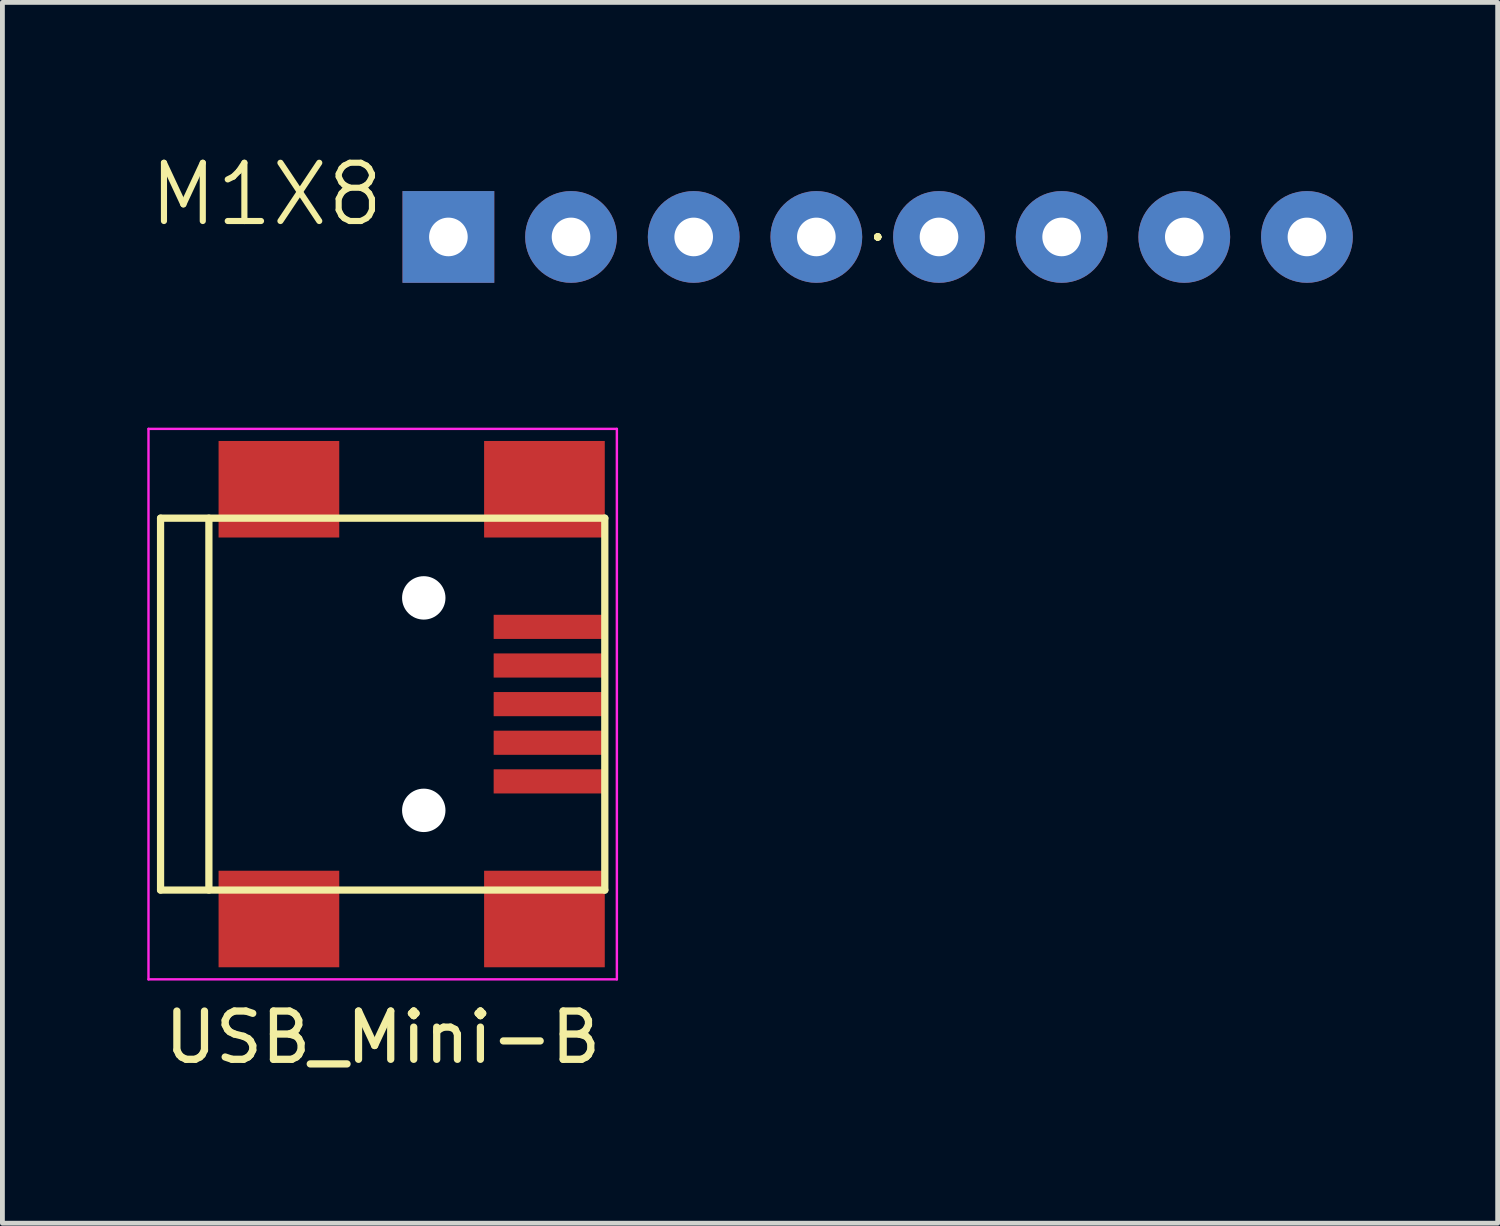
<source format=kicad_pcb>
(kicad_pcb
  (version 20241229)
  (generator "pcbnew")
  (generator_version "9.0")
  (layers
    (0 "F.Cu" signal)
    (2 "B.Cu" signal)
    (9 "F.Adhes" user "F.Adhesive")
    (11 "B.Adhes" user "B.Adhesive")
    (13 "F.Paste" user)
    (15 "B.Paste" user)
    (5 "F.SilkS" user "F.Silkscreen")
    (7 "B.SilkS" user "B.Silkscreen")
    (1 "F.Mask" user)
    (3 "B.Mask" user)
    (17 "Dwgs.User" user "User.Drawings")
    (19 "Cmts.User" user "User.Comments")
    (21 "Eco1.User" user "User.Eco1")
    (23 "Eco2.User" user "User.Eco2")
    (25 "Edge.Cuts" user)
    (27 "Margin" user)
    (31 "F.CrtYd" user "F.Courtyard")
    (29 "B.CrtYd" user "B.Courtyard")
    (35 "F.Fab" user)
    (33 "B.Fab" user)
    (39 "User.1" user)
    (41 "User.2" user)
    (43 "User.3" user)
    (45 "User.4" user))
  (footprint "M1X8"
    (layer "F.Cu")
    (at 15.126 1.857)
    (property "Reference" "M1X8" (at -10.16 -1.587 0) (layer "F.SilkS") (effects (font (size 1.206 1.206) (thickness 0.127)) (justify right top)))
    (attr through_hole)
    (fp_line (start 0 0) (end 0 0) (stroke (width 0.152) (type solid)) (layer "F.SilkS"))
    (fp_line (start 0 0) (end 0 0) (stroke (width 0.152) (type solid)) (layer "F.SilkS"))
    (fp_line (start 0 0) (end 0 0) (stroke (width 0.152) (type solid)) (layer "F.SilkS"))
    (fp_line (start 0 0) (end 0 0) (stroke (width 0.152) (type solid)) (layer "F.SilkS"))
    (fp_line (start 0 0) (end 0 0) (stroke (width 0.152) (type solid)) (layer "F.SilkS"))
    (fp_line (start 0 0) (end 0 0) (stroke (width 0.152) (type solid)) (layer "F.SilkS"))
    (fp_line (start 0 0) (end 0 0) (stroke (width 0.152) (type solid)) (layer "F.SilkS"))
    (pad "1" thru_hole rect (at -8.89 0) (size 1.9 1.9) (drill 0.8) (layers "*.Cu" "*.Mask"))
    (pad "2" thru_hole circle (at -6.35 0) (size 1.9 1.9) (drill 0.8) (layers "*.Cu" "*.Mask"))
    (pad "3" thru_hole circle (at -3.81 0) (size 1.9 1.9) (drill 0.8) (layers "*.Cu" "*.Mask"))
    (pad "4" thru_hole circle (at -1.27 0) (size 1.9 1.9) (drill 0.8) (layers "*.Cu" "*.Mask"))
    (pad "5" thru_hole circle (at 1.27 0) (size 1.9 1.9) (drill 0.8) (layers "*.Cu" "*.Mask"))
    (pad "6" thru_hole circle (at 3.81 0) (size 1.9 1.9) (drill 0.8) (layers "*.Cu" "*.Mask"))
    (pad "7" thru_hole circle (at 6.35 0) (size 1.9 1.9) (drill 0.8) (layers "*.Cu" "*.Mask"))
    (pad "8" thru_hole circle (at 8.89 0) (size 1.9 1.9) (drill 0.8) (layers "*.Cu" "*.Mask")))
  (footprint "USB_Mini-B"
    (layer "F.Cu")
    (at 4.875 11.532)
    (property "Reference" "USB_Mini-B" (at 0 6.901 0) (layer "F.SilkS") (effects (font (size 1 1) (thickness 0.15))))
    (attr smd)
    (fp_line (start -4.6 -3.851) (end -4.6 3.851) (stroke (width 0.15) (type solid)) (layer "F.SilkS"))
    (fp_line (start -4.6 3.851) (end 4.6 3.851) (stroke (width 0.15) (type solid)) (layer "F.SilkS"))
    (fp_line (start -3.599 -3.851) (end -3.599 3.851) (stroke (width 0.15) (type solid)) (layer "F.SilkS"))
    (fp_line (start 4.6 -3.851) (end -4.6 -3.851) (stroke (width 0.15) (type solid)) (layer "F.SilkS"))
    (fp_line (start 4.6 3.851) (end 4.6 -3.851) (stroke (width 0.15) (type solid)) (layer "F.SilkS"))
    (fp_line (start -4.85 -5.7) (end 4.85 -5.7) (stroke (width 0.05) (type solid)) (layer "F.CrtYd"))
    (fp_line (start -4.85 5.7) (end -4.85 -5.7) (stroke (width 0.05) (type solid)) (layer "F.CrtYd"))
    (fp_line (start 4.85 -5.7) (end 4.85 5.7) (stroke (width 0.05) (type solid)) (layer "F.CrtYd"))
    (fp_line (start 4.85 5.7) (end -4.85 5.7) (stroke (width 0.05) (type solid)) (layer "F.CrtYd"))
    (pad "" np_thru_hole circle (at 0.851 -2.2) (size 0.899 0.899) (drill 0.899) (layers "*.Cu" "*.Mask"))
    (pad "" np_thru_hole circle (at 0.851 2.2) (size 0.899 0.899) (drill 0.899) (layers "*.Cu" "*.Mask"))
    (pad "1" smd rect (at 3.449 -1.6) (size 2.301 0.5) (layers "F.Cu" "F.Mask" "F.Paste"))
    (pad "2" smd rect (at 3.449 -0.8) (size 2.301 0.5) (layers "F.Cu" "F.Mask" "F.Paste"))
    (pad "3" smd rect (at 3.449 0) (size 2.301 0.5) (layers "F.Cu" "F.Mask" "F.Paste"))
    (pad "4" smd rect (at 3.449 0.8) (size 2.301 0.5) (layers "F.Cu" "F.Mask" "F.Paste"))
    (pad "5" smd rect (at 3.449 1.6) (size 2.301 0.5) (layers "F.Cu" "F.Mask" "F.Paste"))
    (pad "6" smd rect (at 3.35 4.45) (size 2.499 1.999) (layers "F.Cu" "F.Mask" "F.Paste"))
    (pad "7" smd rect (at -2.149 4.45) (size 2.499 1.999) (layers "F.Cu" "F.Mask" "F.Paste"))
    (pad "8" smd rect (at -2.149 -4.45) (size 2.499 1.999) (layers "F.Cu" "F.Mask" "F.Paste"))
    (pad "9" smd rect (at 3.35 -4.45) (size 2.499 1.999) (layers "F.Cu" "F.Mask" "F.Paste")))
  (gr_rect
    (start -3 -3)
    (end 27.966 22.282)
    (stroke (width 0.1) (type default))
    (fill no)
    (layer "Edge.Cuts")))
</source>
